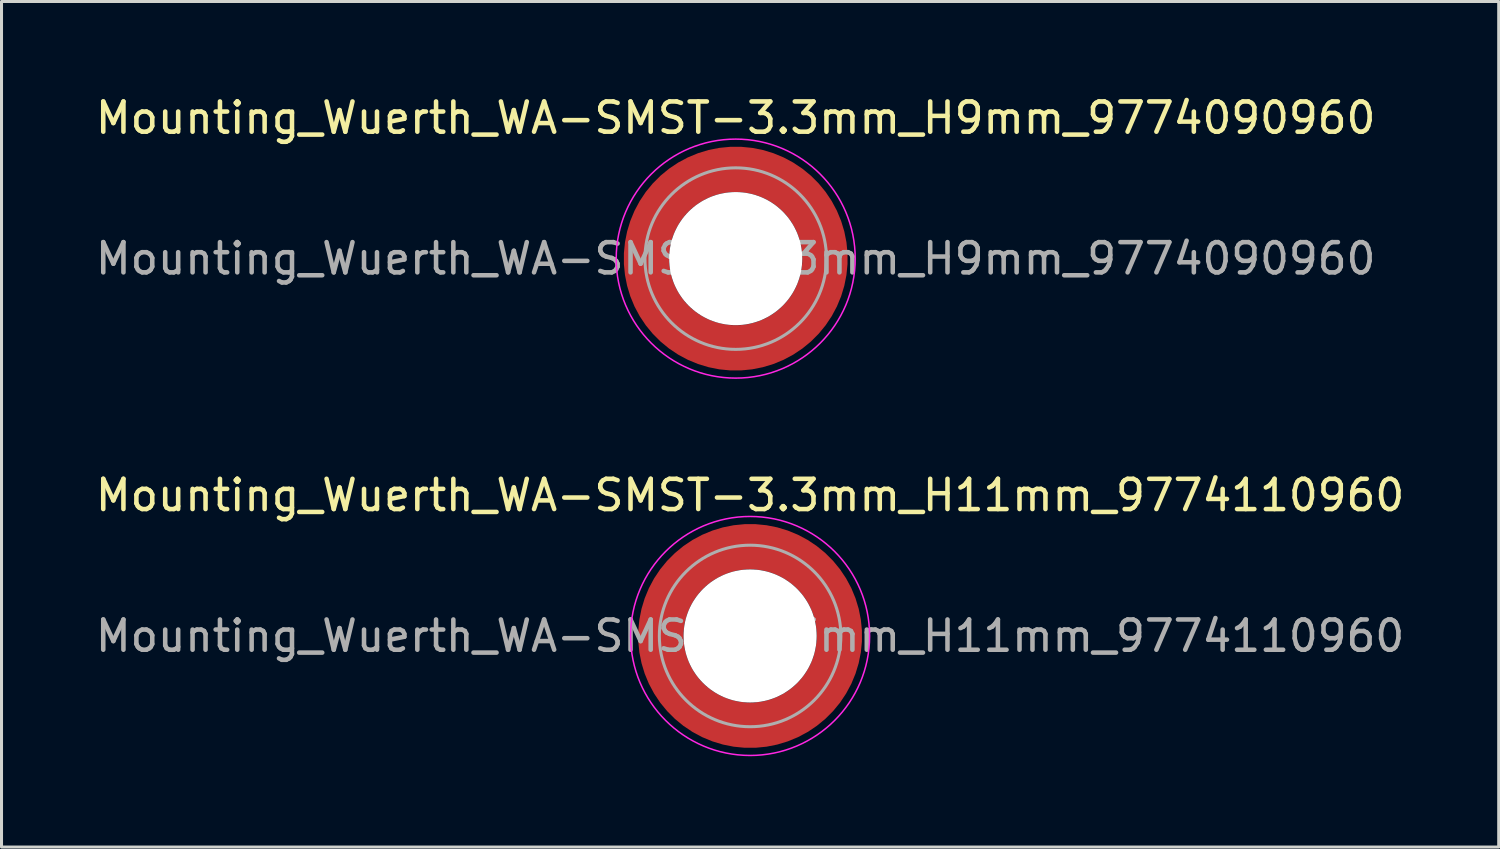
<source format=kicad_pcb>
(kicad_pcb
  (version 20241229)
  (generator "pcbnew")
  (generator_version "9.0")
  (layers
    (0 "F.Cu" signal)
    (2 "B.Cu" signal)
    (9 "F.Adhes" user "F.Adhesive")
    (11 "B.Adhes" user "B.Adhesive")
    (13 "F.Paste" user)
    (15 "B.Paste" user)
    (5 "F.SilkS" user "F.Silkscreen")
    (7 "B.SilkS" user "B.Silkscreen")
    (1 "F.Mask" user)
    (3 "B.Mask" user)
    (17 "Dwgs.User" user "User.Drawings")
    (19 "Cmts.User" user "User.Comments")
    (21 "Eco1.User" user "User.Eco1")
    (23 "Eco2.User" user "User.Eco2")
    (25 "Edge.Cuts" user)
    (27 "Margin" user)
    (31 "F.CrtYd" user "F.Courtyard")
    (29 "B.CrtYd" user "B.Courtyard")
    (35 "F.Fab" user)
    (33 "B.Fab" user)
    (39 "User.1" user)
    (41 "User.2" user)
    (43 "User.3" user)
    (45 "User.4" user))
  (footprint "Mounting_Wuerth_WA-SMST-3.3mm_H9mm_9774090960"
    (layer "F.Cu")
    (at 21.268 5.498)
    (property "Reference" "Mounting_Wuerth_WA-SMST-3.3mm_H9mm_9774090960" (at 0 -4.65 0) (layer "F.SilkS") (effects (font (size 1 1) (thickness 0.15))))
    (attr smd)
    (fp_circle (center 0 0) (end 3.95 0) (stroke (width 0.05) (type solid)) (fill no) (layer "F.CrtYd"))
    (fp_circle (center 0 0) (end 3 0) (stroke (width 0.1) (type solid)) (fill no) (layer "F.Fab"))
    (fp_text user "${REFERENCE}" (at 0 0 0) (layer "F.Fab") (effects (font (size 1 1) (thickness 0.15))))
    (pad "" smd custom (at -2.058 -2.058) (size 0.7 0.7) (layers "F.Paste") (options (anchor circle)) (primitives (gr_arc (start -0.377294 1.707681) (mid 0.317579 0.318817) (end 1.705947 -0.377044) (width 0.2)) (gr_arc (start -0.478281 1.707681) (mid 0.246161 0.248814) (end 1.703965 -0.477765) (width 0.2)) (gr_arc (start -0.579192 1.707681) (mid 0.175492 0.178063) (end 1.704077 -0.578711) (width 0.2)) (gr_arc (start -0.680037 1.707681) (mid 0.105568 0.106564) (end 1.706284 -0.679858) (width 0.2)) (gr_arc (start -0.780822 1.707681) (mid 0.034627 0.036085) (end 1.705634 -0.780569) (width 0.2)) (gr_arc (start -0.881554 1.707681) (mid -0.035694 -0.035016) (end 1.706729 -0.881441) (width 0.2)) (gr_arc (start -0.982237 1.707681) (mid -0.107281 -0.10485) (end 1.704266 -0.981842) (width 0.2)) (gr_arc (start -1.082877 1.707681) (mid -0.178372 -0.175181) (end 1.703197 -1.082374) (width 0.2)) (gr_arc (start -1.183476 1.707681) (mid -0.248964 -0.246008) (end 1.703525 -1.183025) (width 0.2)) (gr_arc (start -1.28404 1.707681) (mid -0.319062 -0.317333) (end 1.70525 -1.283784) (width 0.2)) (gr_line (start 1.708 -0.377) (end 1.708 -1.284) (width 0.2)) (gr_line (start -0.377 1.708) (end -1.284 1.708) (width 0.2))))
    (pad "" smd custom (at -2.058 2.058) (size 0.7 0.7) (layers "F.Paste") (options (anchor circle)) (primitives (gr_arc (start 1.707681 0.377294) (mid 0.318817 -0.317579) (end -0.377044 -1.705947) (width 0.2)) (gr_arc (start 1.707681 0.478281) (mid 0.248814 -0.246161) (end -0.477765 -1.703965) (width 0.2)) (gr_arc (start 1.707681 0.579192) (mid 0.178063 -0.175492) (end -0.578711 -1.704077) (width 0.2)) (gr_arc (start 1.707681 0.680037) (mid 0.106564 -0.105568) (end -0.679858 -1.706284) (width 0.2)) (gr_arc (start 1.707681 0.780822) (mid 0.036085 -0.034627) (end -0.780569 -1.705634) (width 0.2)) (gr_arc (start 1.707681 0.881554) (mid -0.035016 0.035694) (end -0.881441 -1.706729) (width 0.2)) (gr_arc (start 1.707681 0.982237) (mid -0.10485 0.107281) (end -0.981842 -1.704266) (width 0.2)) (gr_arc (start 1.707681 1.082877) (mid -0.175181 0.178372) (end -1.082374 -1.703197) (width 0.2)) (gr_arc (start 1.707681 1.183476) (mid -0.246008 0.248964) (end -1.183025 -1.703525) (width 0.2)) (gr_arc (start 1.707681 1.28404) (mid -0.317333 0.319062) (end -1.283784 -1.70525) (width 0.2)) (gr_line (start -0.377 -1.708) (end -1.284 -1.708) (width 0.2)) (gr_line (start 1.708 0.377) (end 1.708 1.284) (width 0.2))))
    (pad "" np_thru_hole circle (at 0 0) (size 4.4 4.4) (drill 4.4) (layers "*.Cu" "*.Mask"))
    (pad "" smd custom (at 2.058 -2.058) (size 0.7 0.7) (layers "F.Paste") (options (anchor circle)) (primitives (gr_arc (start -1.707681 -0.377294) (mid -0.318817 0.317579) (end 0.377044 1.705947) (width 0.2)) (gr_arc (start -1.707681 -0.478281) (mid -0.248814 0.246161) (end 0.477765 1.703965) (width 0.2)) (gr_arc (start -1.707681 -0.579192) (mid -0.178063 0.175492) (end 0.578711 1.704077) (width 0.2)) (gr_arc (start -1.707681 -0.680037) (mid -0.106564 0.105568) (end 0.679858 1.706284) (width 0.2)) (gr_arc (start -1.707681 -0.780822) (mid -0.036085 0.034627) (end 0.780569 1.705634) (width 0.2)) (gr_arc (start -1.707681 -0.881554) (mid 0.035016 -0.035694) (end 0.881441 1.706729) (width 0.2)) (gr_arc (start -1.707681 -0.982237) (mid 0.10485 -0.107281) (end 0.981842 1.704266) (width 0.2)) (gr_arc (start -1.707681 -1.082877) (mid 0.175181 -0.178372) (end 1.082374 1.703197) (width 0.2)) (gr_arc (start -1.707681 -1.183476) (mid 0.246008 -0.248964) (end 1.183025 1.703525) (width 0.2)) (gr_arc (start -1.707681 -1.28404) (mid 0.317333 -0.319062) (end 1.283784 1.70525) (width 0.2)) (gr_line (start 0.377 1.708) (end 1.284 1.708) (width 0.2)) (gr_line (start -1.708 -0.377) (end -1.708 -1.284) (width 0.2))))
    (pad "" smd custom (at 2.058 2.058) (size 0.7 0.7) (layers "F.Paste") (options (anchor circle)) (primitives (gr_arc (start 0.377294 -1.707681) (mid -0.317579 -0.318817) (end -1.705947 0.377044) (width 0.2)) (gr_arc (start 0.478281 -1.707681) (mid -0.246161 -0.248814) (end -1.703965 0.477765) (width 0.2)) (gr_arc (start 0.579192 -1.707681) (mid -0.175492 -0.178063) (end -1.704077 0.578711) (width 0.2)) (gr_arc (start 0.680037 -1.707681) (mid -0.105568 -0.106564) (end -1.706284 0.679858) (width 0.2)) (gr_arc (start 0.780822 -1.707681) (mid -0.034627 -0.036085) (end -1.705634 0.780569) (width 0.2)) (gr_arc (start 0.881554 -1.707681) (mid 0.035694 0.035016) (end -1.706729 0.881441) (width 0.2)) (gr_arc (start 0.982237 -1.707681) (mid 0.107281 0.10485) (end -1.704266 0.981842) (width 0.2)) (gr_arc (start 1.082877 -1.707681) (mid 0.178372 0.175181) (end -1.703197 1.082374) (width 0.2)) (gr_arc (start 1.183476 -1.707681) (mid 0.248964 0.246008) (end -1.703525 1.183025) (width 0.2)) (gr_arc (start 1.28404 -1.707681) (mid 0.319062 0.317333) (end -1.70525 1.283784) (width 0.2)) (gr_line (start -1.708 0.377) (end -1.708 1.284) (width 0.2)) (gr_line (start 0.377 -1.708) (end 1.284 -1.708) (width 0.2))))
    (pad "1" smd circle (at -2.95 0) (size 1.1 1.1) (layers "F.Cu"))
    (pad "1" smd circle (at 0 -2.95) (size 1.1 1.1) (layers "F.Cu"))
    (pad "1" smd circle (at 0 2.95) (size 1.1 1.1) (layers "F.Cu"))
    (pad "1" smd custom (at 2.95 0) (size 1.1 1.1) (layers "F.Cu" "F.Mask") (options (anchor circle)) (primitives (gr_circle (center -2.95 0) (end 0 0) (width 1.5) (fill no)))))
  (footprint "Mounting_Wuerth_WA-SMST-3.3mm_H11mm_9774110960"
    (layer "F.Cu")
    (at 21.744 17.971)
    (property "Reference" "Mounting_Wuerth_WA-SMST-3.3mm_H11mm_9774110960" (at 0 -4.65 0) (layer "F.SilkS") (effects (font (size 1 1) (thickness 0.15))))
    (attr smd)
    (fp_circle (center 0 0) (end 3.95 0) (stroke (width 0.05) (type solid)) (fill no) (layer "F.CrtYd"))
    (fp_circle (center 0 0) (end 3 0) (stroke (width 0.1) (type solid)) (fill no) (layer "F.Fab"))
    (fp_text user "${REFERENCE}" (at 0 0 0) (layer "F.Fab") (effects (font (size 1 1) (thickness 0.15))))
    (pad "" smd custom (at -2.058 -2.058) (size 0.7 0.7) (layers "F.Paste") (options (anchor circle)) (primitives (gr_arc (start -0.377294 1.707681) (mid 0.317579 0.318817) (end 1.705947 -0.377044) (width 0.2)) (gr_arc (start -0.478281 1.707681) (mid 0.246161 0.248814) (end 1.703965 -0.477765) (width 0.2)) (gr_arc (start -0.579192 1.707681) (mid 0.175492 0.178063) (end 1.704077 -0.578711) (width 0.2)) (gr_arc (start -0.680037 1.707681) (mid 0.105568 0.106564) (end 1.706284 -0.679858) (width 0.2)) (gr_arc (start -0.780822 1.707681) (mid 0.034627 0.036085) (end 1.705634 -0.780569) (width 0.2)) (gr_arc (start -0.881554 1.707681) (mid -0.035694 -0.035016) (end 1.706729 -0.881441) (width 0.2)) (gr_arc (start -0.982237 1.707681) (mid -0.107281 -0.10485) (end 1.704266 -0.981842) (width 0.2)) (gr_arc (start -1.082877 1.707681) (mid -0.178372 -0.175181) (end 1.703197 -1.082374) (width 0.2)) (gr_arc (start -1.183476 1.707681) (mid -0.248964 -0.246008) (end 1.703525 -1.183025) (width 0.2)) (gr_arc (start -1.28404 1.707681) (mid -0.319062 -0.317333) (end 1.70525 -1.283784) (width 0.2)) (gr_line (start 1.708 -0.377) (end 1.708 -1.284) (width 0.2)) (gr_line (start -0.377 1.708) (end -1.284 1.708) (width 0.2))))
    (pad "" smd custom (at -2.058 2.058) (size 0.7 0.7) (layers "F.Paste") (options (anchor circle)) (primitives (gr_arc (start 1.707681 0.377294) (mid 0.318817 -0.317579) (end -0.377044 -1.705947) (width 0.2)) (gr_arc (start 1.707681 0.478281) (mid 0.248814 -0.246161) (end -0.477765 -1.703965) (width 0.2)) (gr_arc (start 1.707681 0.579192) (mid 0.178063 -0.175492) (end -0.578711 -1.704077) (width 0.2)) (gr_arc (start 1.707681 0.680037) (mid 0.106564 -0.105568) (end -0.679858 -1.706284) (width 0.2)) (gr_arc (start 1.707681 0.780822) (mid 0.036085 -0.034627) (end -0.780569 -1.705634) (width 0.2)) (gr_arc (start 1.707681 0.881554) (mid -0.035016 0.035694) (end -0.881441 -1.706729) (width 0.2)) (gr_arc (start 1.707681 0.982237) (mid -0.10485 0.107281) (end -0.981842 -1.704266) (width 0.2)) (gr_arc (start 1.707681 1.082877) (mid -0.175181 0.178372) (end -1.082374 -1.703197) (width 0.2)) (gr_arc (start 1.707681 1.183476) (mid -0.246008 0.248964) (end -1.183025 -1.703525) (width 0.2)) (gr_arc (start 1.707681 1.28404) (mid -0.317333 0.319062) (end -1.283784 -1.70525) (width 0.2)) (gr_line (start -0.377 -1.708) (end -1.284 -1.708) (width 0.2)) (gr_line (start 1.708 0.377) (end 1.708 1.284) (width 0.2))))
    (pad "" np_thru_hole circle (at 0 0) (size 4.4 4.4) (drill 4.4) (layers "*.Cu" "*.Mask"))
    (pad "" smd custom (at 2.058 -2.058) (size 0.7 0.7) (layers "F.Paste") (options (anchor circle)) (primitives (gr_arc (start -1.707681 -0.377294) (mid -0.318817 0.317579) (end 0.377044 1.705947) (width 0.2)) (gr_arc (start -1.707681 -0.478281) (mid -0.248814 0.246161) (end 0.477765 1.703965) (width 0.2)) (gr_arc (start -1.707681 -0.579192) (mid -0.178063 0.175492) (end 0.578711 1.704077) (width 0.2)) (gr_arc (start -1.707681 -0.680037) (mid -0.106564 0.105568) (end 0.679858 1.706284) (width 0.2)) (gr_arc (start -1.707681 -0.780822) (mid -0.036085 0.034627) (end 0.780569 1.705634) (width 0.2)) (gr_arc (start -1.707681 -0.881554) (mid 0.035016 -0.035694) (end 0.881441 1.706729) (width 0.2)) (gr_arc (start -1.707681 -0.982237) (mid 0.10485 -0.107281) (end 0.981842 1.704266) (width 0.2)) (gr_arc (start -1.707681 -1.082877) (mid 0.175181 -0.178372) (end 1.082374 1.703197) (width 0.2)) (gr_arc (start -1.707681 -1.183476) (mid 0.246008 -0.248964) (end 1.183025 1.703525) (width 0.2)) (gr_arc (start -1.707681 -1.28404) (mid 0.317333 -0.319062) (end 1.283784 1.70525) (width 0.2)) (gr_line (start 0.377 1.708) (end 1.284 1.708) (width 0.2)) (gr_line (start -1.708 -0.377) (end -1.708 -1.284) (width 0.2))))
    (pad "" smd custom (at 2.058 2.058) (size 0.7 0.7) (layers "F.Paste") (options (anchor circle)) (primitives (gr_arc (start 0.377294 -1.707681) (mid -0.317579 -0.318817) (end -1.705947 0.377044) (width 0.2)) (gr_arc (start 0.478281 -1.707681) (mid -0.246161 -0.248814) (end -1.703965 0.477765) (width 0.2)) (gr_arc (start 0.579192 -1.707681) (mid -0.175492 -0.178063) (end -1.704077 0.578711) (width 0.2)) (gr_arc (start 0.680037 -1.707681) (mid -0.105568 -0.106564) (end -1.706284 0.679858) (width 0.2)) (gr_arc (start 0.780822 -1.707681) (mid -0.034627 -0.036085) (end -1.705634 0.780569) (width 0.2)) (gr_arc (start 0.881554 -1.707681) (mid 0.035694 0.035016) (end -1.706729 0.881441) (width 0.2)) (gr_arc (start 0.982237 -1.707681) (mid 0.107281 0.10485) (end -1.704266 0.981842) (width 0.2)) (gr_arc (start 1.082877 -1.707681) (mid 0.178372 0.175181) (end -1.703197 1.082374) (width 0.2)) (gr_arc (start 1.183476 -1.707681) (mid 0.248964 0.246008) (end -1.703525 1.183025) (width 0.2)) (gr_arc (start 1.28404 -1.707681) (mid 0.319062 0.317333) (end -1.70525 1.283784) (width 0.2)) (gr_line (start -1.708 0.377) (end -1.708 1.284) (width 0.2)) (gr_line (start 0.377 -1.708) (end 1.284 -1.708) (width 0.2))))
    (pad "1" smd circle (at -2.95 0) (size 1.1 1.1) (layers "F.Cu"))
    (pad "1" smd circle (at 0 -2.95) (size 1.1 1.1) (layers "F.Cu"))
    (pad "1" smd circle (at 0 2.95) (size 1.1 1.1) (layers "F.Cu"))
    (pad "1" smd custom (at 2.95 0) (size 1.1 1.1) (layers "F.Cu" "F.Mask") (options (anchor circle)) (primitives (gr_circle (center -2.95 0) (end 0 0) (width 1.5) (fill no)))))
  (gr_rect
    (start -3 -3)
    (end 46.488 24.947)
    (stroke (width 0.1) (type default))
    (fill no)
    (layer "Edge.Cuts")))
</source>
